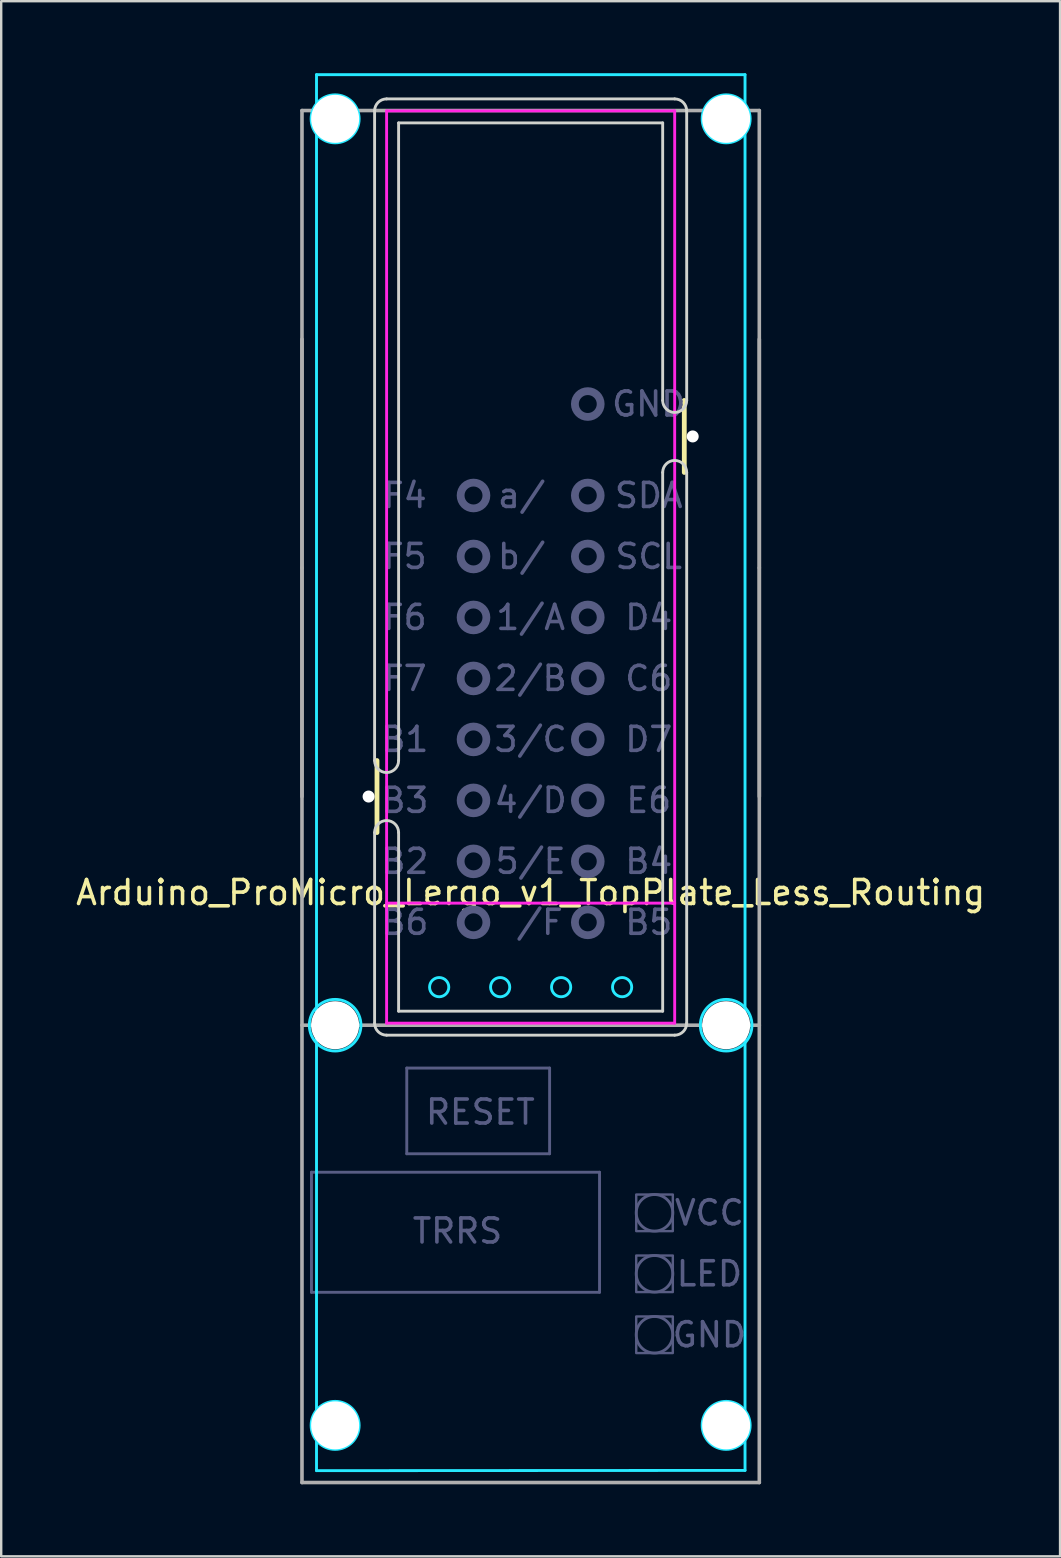
<source format=kicad_pcb>
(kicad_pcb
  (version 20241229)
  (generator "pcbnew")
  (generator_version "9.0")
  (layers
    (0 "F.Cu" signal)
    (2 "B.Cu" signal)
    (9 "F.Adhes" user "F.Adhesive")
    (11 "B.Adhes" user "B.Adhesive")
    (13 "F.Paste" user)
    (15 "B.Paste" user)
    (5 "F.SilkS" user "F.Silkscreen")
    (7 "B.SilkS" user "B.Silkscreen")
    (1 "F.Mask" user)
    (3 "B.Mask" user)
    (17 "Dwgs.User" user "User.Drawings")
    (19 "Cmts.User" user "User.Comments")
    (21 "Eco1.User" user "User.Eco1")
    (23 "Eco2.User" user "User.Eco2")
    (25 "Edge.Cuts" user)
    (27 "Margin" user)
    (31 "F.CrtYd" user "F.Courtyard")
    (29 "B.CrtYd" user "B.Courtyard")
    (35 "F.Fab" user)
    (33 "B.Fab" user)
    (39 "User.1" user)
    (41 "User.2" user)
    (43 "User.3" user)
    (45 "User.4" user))
  (footprint "Arduino_ProMicro_Lergo_v1_TopPlate_Less_Routing"
    (layer "F.Cu")
    (at 19.054 30.13)
    (property "Reference" "Arduino_ProMicro_Lergo_v1_TopPlate_Less_Routing" (at 0 4 0) (layer "F.SilkS") (effects (font (size 1 1) (thickness 0.15))))
    (attr through_hole)
    (fp_line (start -6.4 -1.5) (end -6.4 1.5) (stroke (width 0.2) (type solid)) (layer "F.SilkS"))
    (fp_line (start 6.4 -16.5) (end 6.4 -13.5) (stroke (width 0.2) (type solid)) (layer "F.SilkS"))
    (fp_line (start -6.5 -1.5) (end -6.5 -28.56) (stroke (width 0.12) (type solid)) (layer "Edge.Cuts"))
    (fp_line (start -6.5 9.44) (end -6.5 1.5) (stroke (width 0.12) (type solid)) (layer "Edge.Cuts"))
    (fp_line (start -6 -29.06) (end 6 -29.06) (stroke (width 0.12) (type solid)) (layer "Edge.Cuts"))
    (fp_line (start -5.5 -28.06) (end 5.5 -28.06) (stroke (width 0.12) (type solid)) (layer "Edge.Cuts"))
    (fp_line (start -5.5 -1.5) (end -5.5 -28.06) (stroke (width 0.12) (type solid)) (layer "Edge.Cuts"))
    (fp_line (start -5.5 8.94) (end -5.5 1.5) (stroke (width 0.12) (type solid)) (layer "Edge.Cuts"))
    (fp_line (start 5.5 -28.06) (end 5.5 -16.5) (stroke (width 0.12) (type solid)) (layer "Edge.Cuts"))
    (fp_line (start 5.5 -13.5) (end 5.5 8.94) (stroke (width 0.12) (type solid)) (layer "Edge.Cuts"))
    (fp_line (start 5.5 8.94) (end -5.5 8.94) (stroke (width 0.12) (type solid)) (layer "Edge.Cuts"))
    (fp_line (start 6 9.94) (end -6 9.94) (stroke (width 0.12) (type solid)) (layer "Edge.Cuts"))
    (fp_line (start 6.5 -28.56) (end 6.5 -16.5) (stroke (width 0.12) (type solid)) (layer "Edge.Cuts"))
    (fp_line (start 6.5 -13.5) (end 6.5 9.44) (stroke (width 0.12) (type solid)) (layer "Edge.Cuts"))
    (fp_arc (start -6.5 -28.56) (mid -6.353553 -28.913553) (end -6 -29.06) (stroke (width 0.12) (type solid)) (layer "Edge.Cuts"))
    (fp_arc (start -6.5 1.5) (mid -6 1) (end -5.5 1.5) (stroke (width 0.12) (type solid)) (layer "Edge.Cuts"))
    (fp_arc (start -6 9.94) (mid -6.353553 9.793553) (end -6.5 9.44) (stroke (width 0.12) (type solid)) (layer "Edge.Cuts"))
    (fp_arc (start -5.5 -1.5) (mid -6 -1) (end -6.5 -1.5) (stroke (width 0.12) (type solid)) (layer "Edge.Cuts"))
    (fp_arc (start 5.5 -13.5) (mid 6 -14) (end 6.5 -13.5) (stroke (width 0.12) (type solid)) (layer "Edge.Cuts"))
    (fp_arc (start 6 -29.06) (mid 6.353553 -28.913553) (end 6.5 -28.56) (stroke (width 0.12) (type solid)) (layer "Edge.Cuts"))
    (fp_arc (start 6.5 -16.5) (mid 6 -16) (end 5.5 -16.5) (stroke (width 0.12) (type solid)) (layer "Edge.Cuts"))
    (fp_arc (start 6.5 9.44) (mid 6.353553 9.793553) (end 6 9.94) (stroke (width 0.12) (type solid)) (layer "Edge.Cuts"))
    (fp_line (start -8.92 -30.07) (end -8.92 28.08) (stroke (width 0.12) (type solid)) (layer "B.CrtYd"))
    (fp_line (start -8.92 28.08) (end 8.93 28.07) (stroke (width 0.12) (type solid)) (layer "B.CrtYd"))
    (fp_line (start 8.93 -30.07) (end -8.92 -30.07) (stroke (width 0.12) (type solid)) (layer "B.CrtYd"))
    (fp_line (start 8.93 28.07) (end 8.93 -30.07) (stroke (width 0.12) (type solid)) (layer "B.CrtYd"))
    (fp_circle (center -8.144 -28.23) (end -9.144 -28.23) (stroke (width 0.12) (type solid)) (fill no) (layer "B.CrtYd"))
    (fp_circle (center -8.144 9.525) (end -9.219 9.525) (stroke (width 0.12) (type solid)) (fill no) (layer "B.CrtYd"))
    (fp_circle (center -8.144 26.194) (end -9.144 26.194) (stroke (width 0.12) (type solid)) (fill no) (layer "B.CrtYd"))
    (fp_circle (center -3.81 7.94) (end -4.21 7.94) (stroke (width 0.12) (type solid)) (fill no) (layer "B.CrtYd"))
    (fp_circle (center -1.27 7.94) (end -1.67 7.94) (stroke (width 0.12) (type solid)) (fill no) (layer "B.CrtYd"))
    (fp_circle (center 1.27 7.94) (end 0.87 7.94) (stroke (width 0.12) (type solid)) (fill no) (layer "B.CrtYd"))
    (fp_circle (center 3.81 7.94) (end 3.41 7.94) (stroke (width 0.12) (type solid)) (fill no) (layer "B.CrtYd"))
    (fp_circle (center 8.144 -28.23) (end 7.144 -28.23) (stroke (width 0.12) (type solid)) (fill no) (layer "B.CrtYd"))
    (fp_circle (center 8.144 9.525) (end 7.069 9.525) (stroke (width 0.12) (type solid)) (fill no) (layer "B.CrtYd"))
    (fp_circle (center 8.144 26.194) (end 7.144 26.194) (stroke (width 0.12) (type solid)) (fill no) (layer "B.CrtYd"))
    (fp_line (start -6 -28.56) (end -6 9.44) (stroke (width 0.12) (type solid)) (layer "F.CrtYd"))
    (fp_line (start -6 -28.56) (end 6 -28.56) (stroke (width 0.12) (type solid)) (layer "F.CrtYd"))
    (fp_line (start -6 4.44) (end 6 4.44) (stroke (width 0.12) (type solid)) (layer "F.CrtYd"))
    (fp_line (start -6 9.44) (end 6 9.44) (stroke (width 0.12) (type solid)) (layer "F.CrtYd"))
    (fp_line (start 6 9.44) (end 6 -28.56) (stroke (width 0.12) (type solid)) (layer "F.CrtYd"))
    (fp_line (start -9.13 15.65) (end 2.87 15.65) (stroke (width 0.12) (type solid)) (layer "B.Fab"))
    (fp_line (start -9.13 20.65) (end -9.13 15.65) (stroke (width 0.12) (type solid)) (layer "B.Fab"))
    (fp_line (start -5.16 11.31) (end 0.79 11.31) (stroke (width 0.12) (type solid)) (layer "B.Fab"))
    (fp_line (start -5.16 14.88) (end -5.16 11.31) (stroke (width 0.12) (type solid)) (layer "B.Fab"))
    (fp_line (start 0.79 11.31) (end 0.79 14.88) (stroke (width 0.12) (type solid)) (layer "B.Fab"))
    (fp_line (start 0.79 14.88) (end -5.16 14.88) (stroke (width 0.12) (type solid)) (layer "B.Fab"))
    (fp_line (start 2.87 15.65) (end 2.87 20.65) (stroke (width 0.12) (type solid)) (layer "B.Fab"))
    (fp_line (start 2.87 20.65) (end -9.13 20.65) (stroke (width 0.12) (type solid)) (layer "B.Fab"))
    (fp_circle (center -2.38 -12.54) (end -1.843 -12.54) (stroke (width 0.325) (type solid)) (fill no) (layer "B.Fab"))
    (fp_circle (center -2.38 -10) (end -1.843 -10) (stroke (width 0.325) (type solid)) (fill no) (layer "B.Fab"))
    (fp_circle (center -2.38 -7.46) (end -1.843 -7.46) (stroke (width 0.325) (type solid)) (fill no) (layer "B.Fab"))
    (fp_circle (center -2.38 -4.92) (end -1.843 -4.92) (stroke (width 0.325) (type solid)) (fill no) (layer "B.Fab"))
    (fp_circle (center -2.38 -2.38) (end -1.843 -2.38) (stroke (width 0.325) (type solid)) (fill no) (layer "B.Fab"))
    (fp_circle (center -2.38 0.16) (end -1.843 0.16) (stroke (width 0.325) (type solid)) (fill no) (layer "B.Fab"))
    (fp_circle (center -2.38 2.7) (end -1.843 2.7) (stroke (width 0.325) (type solid)) (fill no) (layer "B.Fab"))
    (fp_circle (center -2.38 5.24) (end -1.843 5.24) (stroke (width 0.325) (type solid)) (fill no) (layer "B.Fab"))
    (fp_circle (center 2.38 -16.35) (end 2.917 -16.35) (stroke (width 0.325) (type solid)) (fill no) (layer "B.Fab"))
    (fp_circle (center 2.38 -12.54) (end 2.917 -12.54) (stroke (width 0.325) (type solid)) (fill no) (layer "B.Fab"))
    (fp_circle (center 2.38 -10) (end 2.917 -10) (stroke (width 0.325) (type solid)) (fill no) (layer "B.Fab"))
    (fp_circle (center 2.38 -7.46) (end 2.917 -7.46) (stroke (width 0.325) (type solid)) (fill no) (layer "B.Fab"))
    (fp_circle (center 2.38 -4.92) (end 2.917 -4.92) (stroke (width 0.325) (type solid)) (fill no) (layer "B.Fab"))
    (fp_circle (center 2.38 -2.38) (end 2.917 -2.38) (stroke (width 0.325) (type solid)) (fill no) (layer "B.Fab"))
    (fp_circle (center 2.38 0.16) (end 2.917 0.16) (stroke (width 0.325) (type solid)) (fill no) (layer "B.Fab"))
    (fp_circle (center 2.38 2.7) (end 2.917 2.7) (stroke (width 0.325) (type solid)) (fill no) (layer "B.Fab"))
    (fp_circle (center 2.38 5.24) (end 2.917 5.24) (stroke (width 0.325) (type solid)) (fill no) (layer "B.Fab"))
    (fp_circle (center 5.16 17.34) (end 5.922 17.34) (stroke (width 0.12) (type solid)) (fill no) (layer "B.Fab"))
    (fp_circle (center 5.16 19.88) (end 5.922 19.88) (stroke (width 0.12) (type solid)) (fill no) (layer "B.Fab"))
    (fp_circle (center 5.16 22.42) (end 5.922 22.42) (stroke (width 0.12) (type solid)) (fill no) (layer "B.Fab"))
    (fp_poly (pts (xy 5.922 18.102) (xy 4.398 18.102) (xy 4.398 16.578) (xy 5.922 16.578)) (stroke (width 0.1) (type solid)) (fill no) (layer "B.Fab"))
    (fp_poly (pts (xy 5.922 20.642) (xy 4.398 20.642) (xy 4.398 19.118) (xy 5.922 19.118)) (stroke (width 0.1) (type solid)) (fill no) (layer "B.Fab"))
    (fp_poly (pts (xy 5.922 23.182) (xy 4.398 23.182) (xy 4.398 21.658) (xy 5.922 21.658)) (stroke (width 0.1) (type solid)) (fill no) (layer "B.Fab"))
    (fp_line (start -9.525 -28.575) (end -9.525 -9.525) (stroke (width 0.15) (type solid)) (layer "F.Fab"))
    (fp_line (start -9.525 -19.05) (end -9.525 0) (stroke (width 0.15) (type solid)) (layer "F.Fab"))
    (fp_line (start -9.525 -9.525) (end -9.525 28.575) (stroke (width 0.15) (type solid)) (layer "F.Fab"))
    (fp_line (start -9.525 9.525) (end 9.525 9.525) (stroke (width 0.15) (type solid)) (layer "F.Fab"))
    (fp_line (start -9.525 28.575) (end 9.525 28.575) (stroke (width 0.15) (type solid)) (layer "F.Fab"))
    (fp_line (start 9.525 -28.575) (end -9.525 -28.575) (stroke (width 0.15) (type solid)) (layer "F.Fab"))
    (fp_line (start 9.525 -9.525) (end 9.525 -28.575) (stroke (width 0.15) (type solid)) (layer "F.Fab"))
    (fp_line (start 9.525 0) (end 9.525 -19.05) (stroke (width 0.15) (type solid)) (layer "F.Fab"))
    (fp_line (start 9.525 28.575) (end 9.525 -9.525) (stroke (width 0.15) (type solid)) (layer "F.Fab"))
    (fp_text user "1/A" (at 0 -7.46 0) (layer "B.Fab") (effects (font (size 1 1) (thickness 0.15))))
    (fp_text user "C6" (at 4.92 -4.92 0) (layer "B.Fab") (effects (font (size 1 1) (thickness 0.15))))
    (fp_text user "D4" (at 4.92 -7.46 0) (layer "B.Fab") (effects (font (size 1 1) (thickness 0.15))))
    (fp_text user "SDA" (at 4.92 -12.54 0) (layer "B.Fab") (effects (font (size 1 1) (thickness 0.15))))
    (fp_text user "F6" (at -5.24 -7.46 0) (layer "B.Fab") (effects (font (size 1 1) (thickness 0.15))))
    (fp_text user "SCL" (at 4.92 -10 0) (layer "B.Fab") (effects (font (size 1 1) (thickness 0.15))))
    (fp_text user "B5" (at 4.92 5.24 0) (layer "B.Fab") (effects (font (size 1 1) (thickness 0.15))))
    (fp_text user "RESET" (at -2.095 13.145 0) (layer "B.Fab") (effects (font (size 1 1) (thickness 0.15))))
    (fp_text user "LED" (at 7.446 19.88 0) (layer "B.Fab") (effects (font (size 1 1) (thickness 0.15))))
    (fp_text user "B2" (at -5.24 2.7 0) (layer "B.Fab") (effects (font (size 1 1) (thickness 0.15))))
    (fp_text user "B4" (at 4.92 2.7 0) (layer "B.Fab") (effects (font (size 1 1) (thickness 0.15))))
    (fp_text user "GND" (at 7.446 22.42 0) (layer "B.Fab") (effects (font (size 1 1) (thickness 0.15))))
    (fp_text user "E6" (at 4.92 0.16 0) (layer "B.Fab") (effects (font (size 1 1) (thickness 0.15))))
    (fp_text user "b/ " (at 0 -10 0) (layer "B.Fab") (effects (font (size 1 1) (thickness 0.15))))
    (fp_text user "a/ " (at 0 -12.54 0) (layer "B.Fab") (effects (font (size 1 1) (thickness 0.15))))
    (fp_text user "TRRS" (at -3.048 18.098 0) (layer "B.Fab") (effects (font (size 1 1) (thickness 0.15))))
    (fp_text user "5/E" (at 0 2.7 0) (layer "B.Fab") (effects (font (size 1 1) (thickness 0.15))))
    (fp_text user "4/D" (at 0 0.16 0) (layer "B.Fab") (effects (font (size 1 1) (thickness 0.15))))
    (fp_text user "F4" (at -5.24 -12.54 0) (layer "B.Fab") (effects (font (size 1 1) (thickness 0.15))))
    (fp_text user "2/B" (at 0 -4.92 0) (layer "B.Fab") (effects (font (size 1 1) (thickness 0.15))))
    (fp_text user "F5" (at -5.24 -10 0) (layer "B.Fab") (effects (font (size 1 1) (thickness 0.15))))
    (fp_text user "GND" (at 4.92 -16.35 0) (layer "B.Fab") (effects (font (size 1 1) (thickness 0.15))))
    (fp_text user "B6" (at -5.24 5.24 0) (layer "B.Fab") (effects (font (size 1 1) (thickness 0.15))))
    (fp_text user "3/C" (at 0 -2.38 0) (layer "B.Fab") (effects (font (size 1 1) (thickness 0.15))))
    (fp_text user "D7" (at 4.92 -2.38 0) (layer "B.Fab") (effects (font (size 1 1) (thickness 0.15))))
    (fp_text user "F7" (at -5.24 -4.92 0) (layer "B.Fab") (effects (font (size 1 1) (thickness 0.15))))
    (fp_text user " /F" (at 0 5.24 0) (layer "B.Fab") (effects (font (size 1 1) (thickness 0.15))))
    (fp_text user "B1" (at -5.24 -2.38 0) (layer "B.Fab") (effects (font (size 1 1) (thickness 0.15))))
    (fp_text user "VCC" (at 7.446 17.34 0) (layer "B.Fab") (effects (font (size 1 1) (thickness 0.15))))
    (fp_text user "B3" (at -5.24 0.16 0) (layer "B.Fab") (effects (font (size 1 1) (thickness 0.15))))
    (pad "" np_thru_hole circle (at -8.144 -28.23) (size 2 2) (drill 2) (layers "*.Cu" "*.Mask"))
    (pad "" np_thru_hole circle (at -8.144 9.525) (size 2 2) (drill 2) (layers "*.Cu" "*.Mask"))
    (pad "" np_thru_hole circle (at -8.144 26.194) (size 2 2) (drill 2) (layers "*.Cu" "*.Mask"))
    (pad "" np_thru_hole circle (at -6.75 0 90) (size 0.5 0.5) (drill 0.5) (layers "*.Cu" "*.Mask"))
    (pad "" np_thru_hole circle (at 6.75 -15 90) (size 0.5 0.5) (drill 0.5) (layers "*.Cu" "*.Mask"))
    (pad "" np_thru_hole circle (at 8.144 -28.23) (size 2 2) (drill 2) (layers "*.Cu" "*.Mask"))
    (pad "" np_thru_hole circle (at 8.144 9.525) (size 2 2) (drill 2) (layers "*.Cu" "*.Mask"))
    (pad "" np_thru_hole circle (at 8.144 26.194) (size 2 2) (drill 2) (layers "*.Cu" "*.Mask")))
  (gr_rect
    (start -3 -3)
    (end 41.107 61.78)
    (stroke (width 0.1) (type default))
    (fill no)
    (layer "Edge.Cuts")))
</source>
